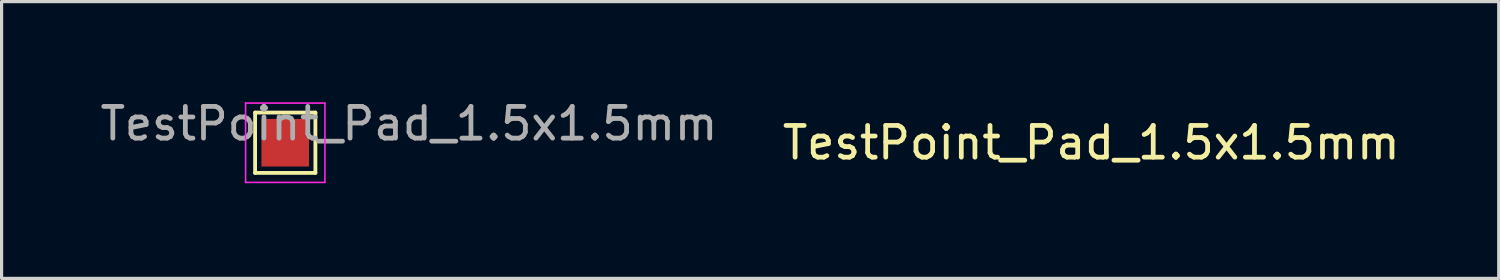
<source format=kicad_pcb>
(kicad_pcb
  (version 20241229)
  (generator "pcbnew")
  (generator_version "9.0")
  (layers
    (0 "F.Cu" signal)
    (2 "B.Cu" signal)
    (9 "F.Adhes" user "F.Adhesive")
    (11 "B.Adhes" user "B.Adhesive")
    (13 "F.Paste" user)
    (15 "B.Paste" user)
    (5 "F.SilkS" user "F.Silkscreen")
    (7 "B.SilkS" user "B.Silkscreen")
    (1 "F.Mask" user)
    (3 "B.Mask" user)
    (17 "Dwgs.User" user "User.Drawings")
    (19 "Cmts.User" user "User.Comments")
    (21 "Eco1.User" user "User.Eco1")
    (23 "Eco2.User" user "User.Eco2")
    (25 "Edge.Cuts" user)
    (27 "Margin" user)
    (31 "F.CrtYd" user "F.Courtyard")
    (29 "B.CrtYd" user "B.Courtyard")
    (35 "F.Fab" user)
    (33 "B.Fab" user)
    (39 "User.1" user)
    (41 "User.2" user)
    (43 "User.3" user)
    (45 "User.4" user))
  (footprint "TestPoint_Pad_1.5x1.5mm"
    (layer "F.Cu")
    (at 5.939 1.448)
    (property "Reference" "TestPoint_Pad_1.5x1.5mm" (at 25.4 0 0) (layer "F.SilkS") (effects (font (size 1 1) (thickness 0.15))))
    (attr exclude_from_pos_files exclude_from_bom)
    (fp_line (start -0.95 -0.95) (end 0.95 -0.95) (stroke (width 0.12) (type solid)) (layer "F.SilkS"))
    (fp_line (start -0.95 0.95) (end -0.95 -0.95) (stroke (width 0.12) (type solid)) (layer "F.SilkS"))
    (fp_line (start 0.95 -0.95) (end 0.95 0.95) (stroke (width 0.12) (type solid)) (layer "F.SilkS"))
    (fp_line (start 0.95 0.95) (end -0.95 0.95) (stroke (width 0.12) (type solid)) (layer "F.SilkS"))
    (fp_line (start -1.25 -1.25) (end -1.25 1.25) (stroke (width 0.05) (type solid)) (layer "F.CrtYd"))
    (fp_line (start -1.25 -1.25) (end 1.25 -1.25) (stroke (width 0.05) (type solid)) (layer "F.CrtYd"))
    (fp_line (start 1.25 1.25) (end -1.25 1.25) (stroke (width 0.05) (type solid)) (layer "F.CrtYd"))
    (fp_line (start 1.25 1.25) (end 1.25 -1.25) (stroke (width 0.05) (type solid)) (layer "F.CrtYd"))
    (fp_text user "${REFERENCE}" (at 3.9 -0.6 0) (layer "F.Fab") (effects (font (size 1 1) (thickness 0.15))))
    (pad "1" smd rect (at 0 0) (size 1.5 1.5) (layers "F.Cu" "F.Mask")))
  (gr_rect
    (start -3 -3)
    (end 44.179 5.723)
    (stroke (width 0.1) (type default))
    (fill no)
    (layer "Edge.Cuts")))
</source>
